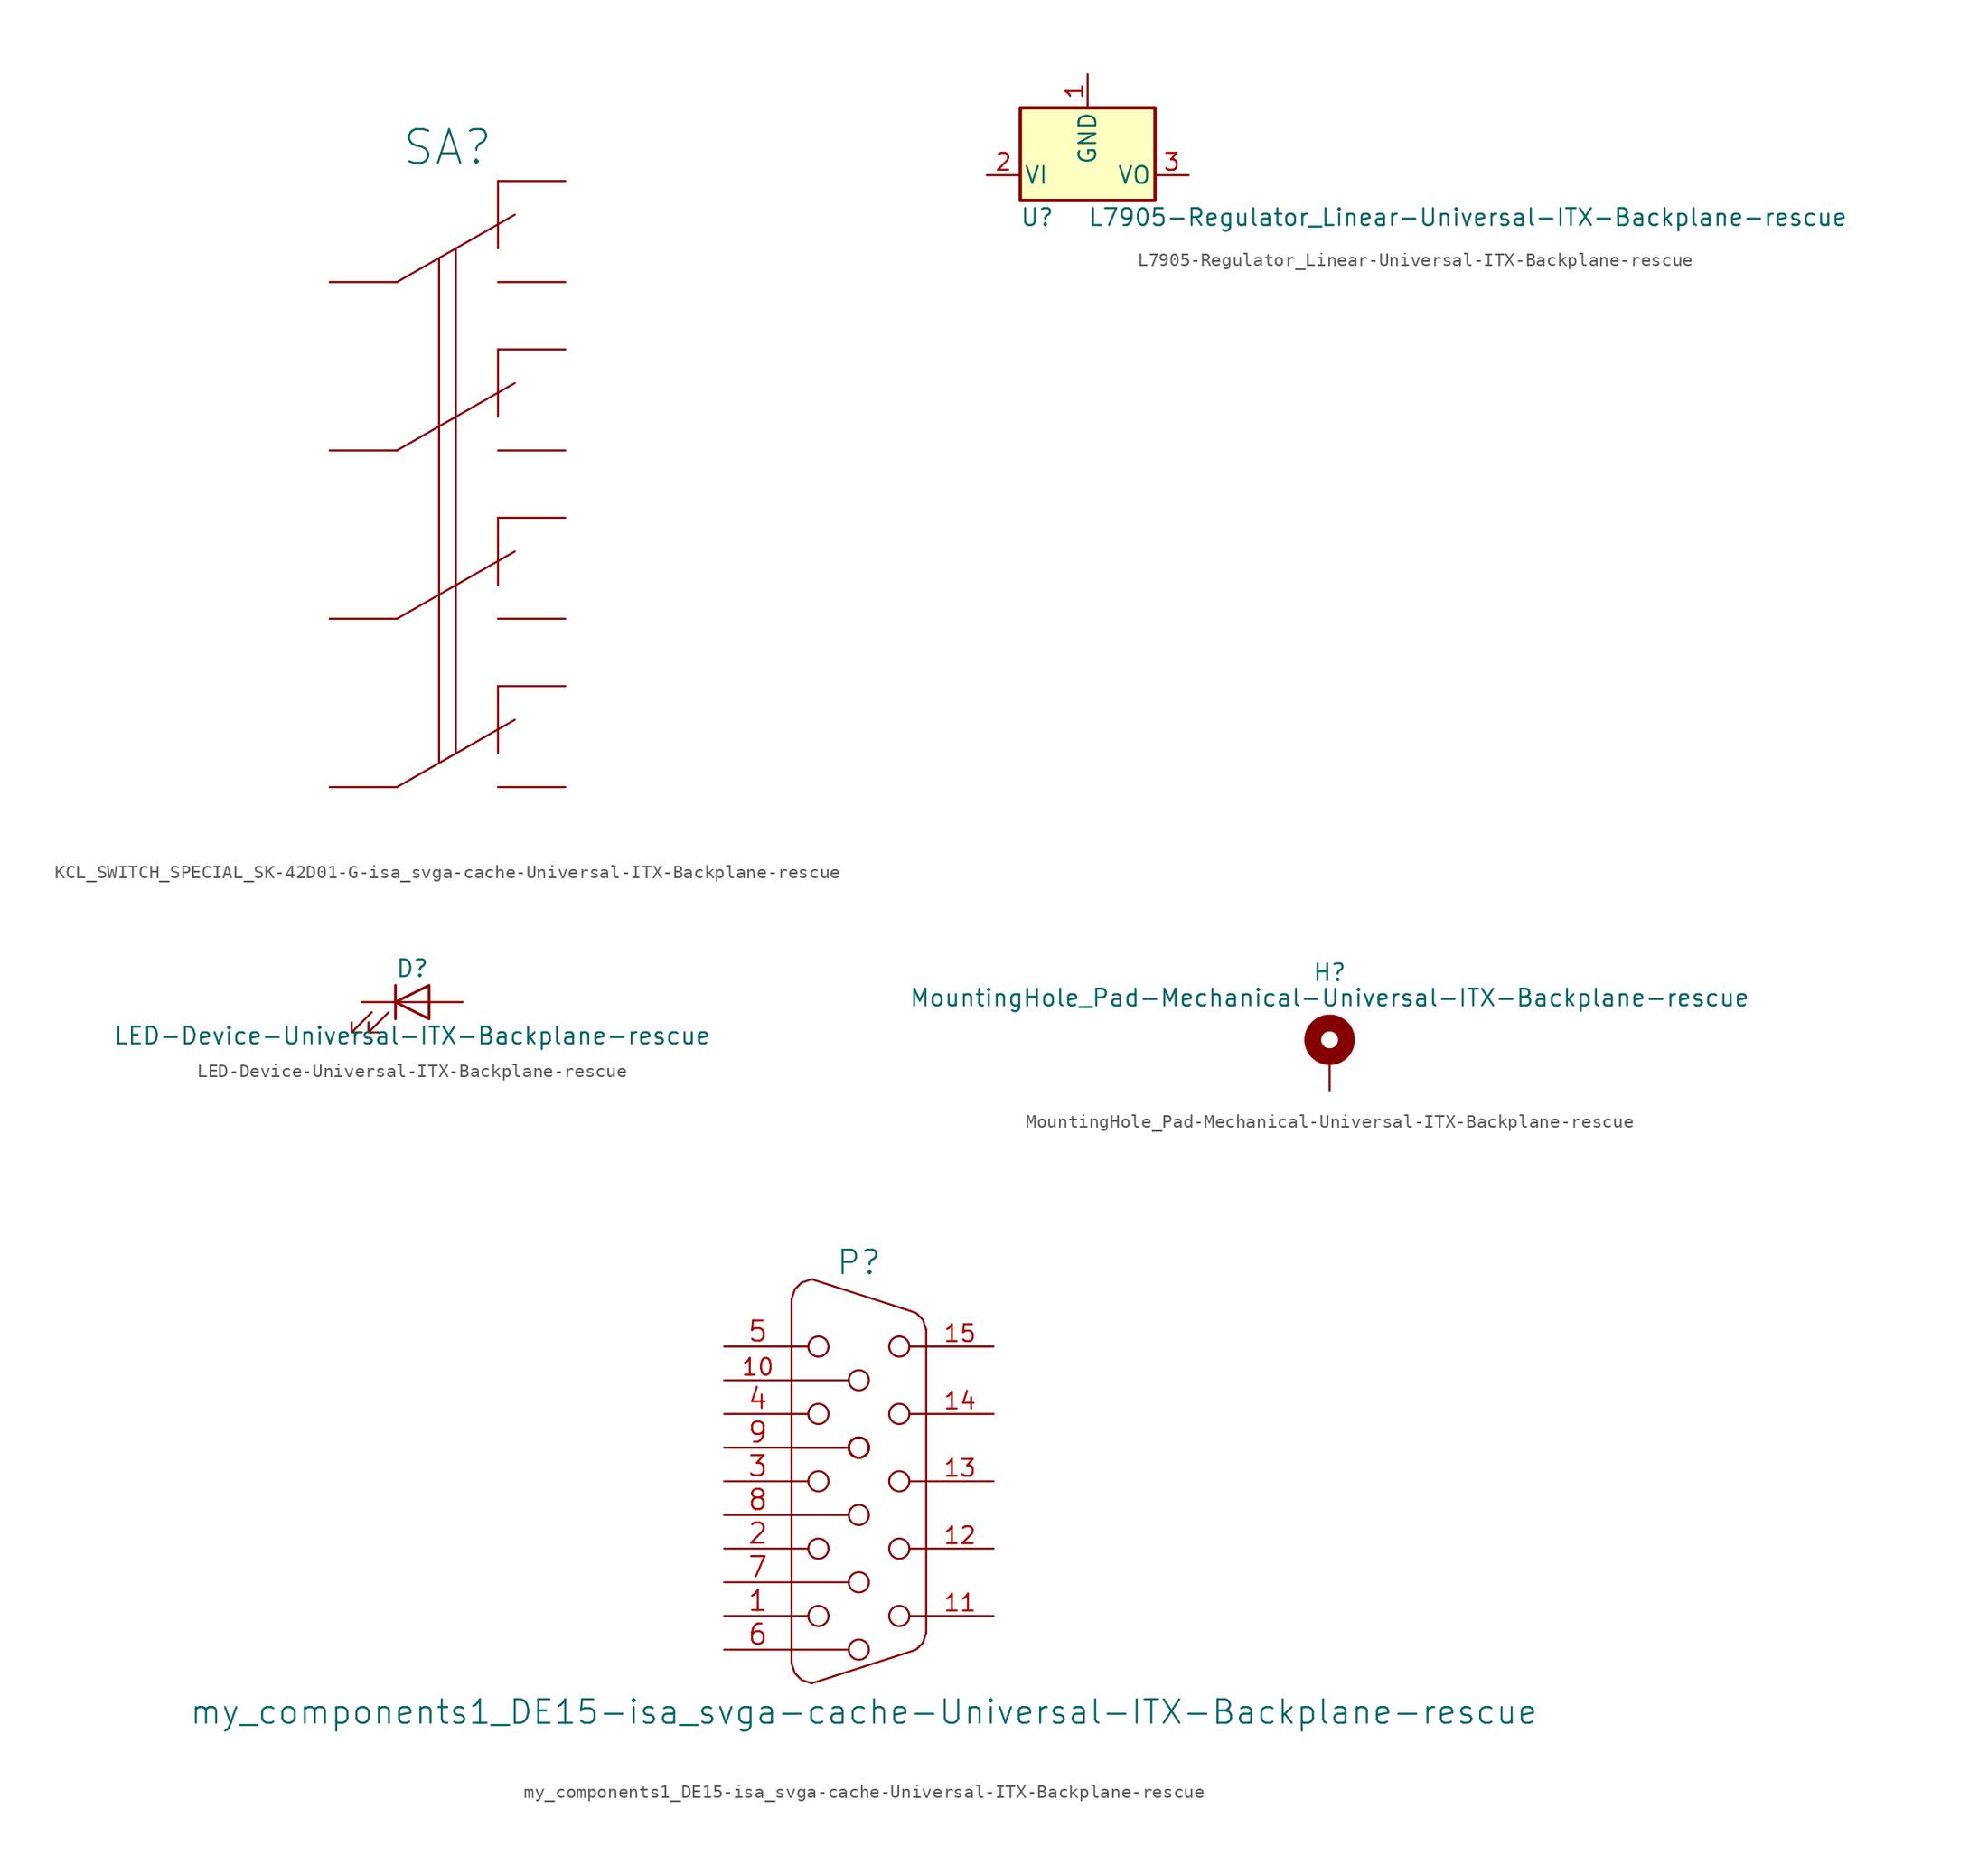
<source format=kicad_sym>
(kicad_symbol_lib
  (version 20211014)
  (generator kicad_symbol_editor)
  (symbol "KCL_SWITCH_SPECIAL_SK-42D01-G-isa_svga-cache-Universal-ITX-Backplane-rescue"
    (pin_numbers hide)
    (pin_names
      (offset 0) hide)
    (property "Reference" "SA"
      (at 0 10.16 0)
      (effects (font (size 2.54 2.54))))
    (symbol "KCL_SWITCH_SPECIAL_SK-42D01-G-isa_svga-cache-Universal-ITX-Backplane-rescue_1_1"
      (polyline (pts (xy -3.81 -38.1) (xy 5.08 -33.02)) (stroke (width 0) (type default) (color 0 0 0 0)) (fill (type none)))
      (polyline (pts (xy -3.81 -25.4) (xy 5.08 -20.32)) (stroke (width 0) (type default) (color 0 0 0 0)) (fill (type none)))
      (polyline (pts (xy -3.81 -12.7) (xy 5.08 -7.62)) (stroke (width 0) (type default) (color 0 0 0 0)) (fill (type none)))
      (polyline (pts (xy -3.81 0) (xy 5.08 5.08)) (stroke (width 0) (type default) (color 0 0 0 0)) (fill (type none)))
      (polyline (pts (xy -0.635 1.778) (xy -0.635 -36.195)) (stroke (width 0) (type default) (color 0 0 0 0)) (fill (type none)))
      (polyline (pts (xy 0.635 2.54) (xy 0.635 -35.56)) (stroke (width 0) (type default) (color 0 0 0 0)) (fill (type none)))
      (polyline (pts (xy 3.81 -30.48) (xy 3.81 -35.56)) (stroke (width 0) (type default) (color 0 0 0 0)) (fill (type none)))
      (polyline (pts (xy 3.81 -17.78) (xy 3.81 -22.86)) (stroke (width 0) (type default) (color 0 0 0 0)) (fill (type none)))
      (polyline (pts (xy 3.81 -5.08) (xy 3.81 -10.16)) (stroke (width 0) (type default) (color 0 0 0 0)) (fill (type none)))
      (polyline (pts (xy 3.81 7.62) (xy 3.81 2.54)) (stroke (width 0) (type default) (color 0 0 0 0)) (fill (type none)))
      (pin passive line (at 8.89 7.62 180) (length 5.08) (name "1" (effects (font (size 2.54 2.54)))) (number "1" (effects (font (size 1.778 1.778)))))
      (pin passive line (at 8.89 -30.48 180) (length 5.08) (name "10" (effects (font (size 2.54 2.54)))) (number "10" (effects (font (size 1.778 1.778)))))
      (pin passive line (at -8.89 -38.1 0) (length 5.08) (name "11" (effects (font (size 2.54 2.54)))) (number "11" (effects (font (size 1.778 1.778)))))
      (pin passive line (at 8.89 -38.1 180) (length 5.08) (name "12" (effects (font (size 2.54 2.54)))) (number "12" (effects (font (size 1.778 1.778)))))
      (pin passive line (at -8.89 0 0) (length 5.08) (name "2" (effects (font (size 2.54 2.54)))) (number "2" (effects (font (size 1.778 1.778)))))
      (pin passive line (at 8.89 0 180) (length 5.08) (name "3" (effects (font (size 2.54 2.54)))) (number "3" (effects (font (size 1.778 1.778)))))
      (pin passive line (at 8.89 -5.08 180) (length 5.08) (name "4" (effects (font (size 2.54 2.54)))) (number "4" (effects (font (size 1.778 1.778)))))
      (pin passive line (at -8.89 -12.7 0) (length 5.08) (name "5" (effects (font (size 2.54 2.54)))) (number "5" (effects (font (size 1.778 1.778)))))
      (pin passive line (at 8.89 -12.7 180) (length 5.08) (name "6" (effects (font (size 2.54 2.54)))) (number "6" (effects (font (size 1.778 1.778)))))
      (pin passive line (at 8.89 -17.78 180) (length 5.08) (name "7" (effects (font (size 2.54 2.54)))) (number "7" (effects (font (size 1.778 1.778)))))
      (pin passive line (at -8.89 -25.4 0) (length 5.08) (name "8" (effects (font (size 2.54 2.54)))) (number "8" (effects (font (size 1.778 1.778)))))
      (pin passive line (at 8.89 -25.4 180) (length 5.08) (name "9" (effects (font (size 2.54 2.54)))) (number "9" (effects (font (size 1.778 1.778)))))))
  (symbol "L7905-Regulator_Linear-Universal-ITX-Backplane-rescue"
    (pin_names
      (offset 0.254))
    (property "Reference" "U"
      (at -3.81 -3.175 0)
      (effects (font (size 1.27 1.27))))
    (property "Value" "L7905-Regulator_Linear-Universal-ITX-Backplane-rescue"
      (at 0 -3.175 0)
      (effects (font (size 1.27 1.27)) (justify left)))
    (symbol "L7905-Regulator_Linear-Universal-ITX-Backplane-rescue_0_1"
      (rectangle (start -5.08 5.08) (end 5.08 -1.905) (stroke (width 0.254) (type default) (color 0 0 0 0)) (fill (type background))))
    (symbol "L7905-Regulator_Linear-Universal-ITX-Backplane-rescue_1_1"
      (pin power_in line (at 0 7.62 270) (length 2.54) (name "GND" (effects (font (size 1.27 1.27)))) (number "1" (effects (font (size 1.27 1.27)))))
      (pin power_in line (at -7.62 0 0) (length 2.54) (name "VI" (effects (font (size 1.27 1.27)))) (number "2" (effects (font (size 1.27 1.27)))))
      (pin power_out line (at 7.62 0 180) (length 2.54) (name "VO" (effects (font (size 1.27 1.27)))) (number "3" (effects (font (size 1.27 1.27)))))))
  (symbol "LED-Device-Universal-ITX-Backplane-rescue"
    (pin_numbers hide)
    (pin_names
      (offset 1.016) hide)
    (property "Reference" "D"
      (at 0 2.54 0)
      (effects (font (size 1.27 1.27))))
    (property "Value" "LED-Device-Universal-ITX-Backplane-rescue"
      (at 0 -2.54 0)
      (effects (font (size 1.27 1.27))))
    (symbol "LED-Device-Universal-ITX-Backplane-rescue_0_1"
      (polyline (pts (xy -1.27 -1.27) (xy -1.27 1.27)) (stroke (width 0.203) (type default) (color 0 0 0 0)) (fill (type none)))
      (polyline (pts (xy -1.27 0) (xy 1.27 0)) (stroke (width 0) (type default) (color 0 0 0 0)) (fill (type none)))
      (polyline (pts (xy 1.27 -1.27) (xy 1.27 1.27) (xy -1.27 0) (xy 1.27 -1.27)) (stroke (width 0.203) (type default) (color 0 0 0 0)) (fill (type none)))
      (polyline (pts (xy -3.048 -0.762) (xy -4.572 -2.286) (xy -3.81 -2.286) (xy -4.572 -2.286) (xy -4.572 -1.524)) (stroke (width 0) (type default) (color 0 0 0 0)) (fill (type none)))
      (polyline (pts (xy -1.778 -0.762) (xy -3.302 -2.286) (xy -2.54 -2.286) (xy -3.302 -2.286) (xy -3.302 -1.524)) (stroke (width 0) (type default) (color 0 0 0 0)) (fill (type none))))
    (symbol "LED-Device-Universal-ITX-Backplane-rescue_1_1"
      (pin passive line (at -3.81 0 0) (length 2.54) (name "K" (effects (font (size 1.27 1.27)))) (number "1" (effects (font (size 1.27 1.27)))))
      (pin passive line (at 3.81 0 180) (length 2.54) (name "A" (effects (font (size 1.27 1.27)))) (number "2" (effects (font (size 1.27 1.27)))))))
  (symbol "MountingHole_Pad-Mechanical-Universal-ITX-Backplane-rescue"
    (pin_numbers hide)
    (pin_names
      (offset 1.016) hide)
    (property "Reference" "H"
      (at 0 6.35 0)
      (effects (font (size 1.27 1.27))))
    (property "Value" "MountingHole_Pad-Mechanical-Universal-ITX-Backplane-rescue"
      (at 0 4.445 0)
      (effects (font (size 1.27 1.27))))
    (symbol "MountingHole_Pad-Mechanical-Universal-ITX-Backplane-rescue_0_1"
      (circle (center 0 1.27) (radius 1.27) (stroke (width 1.27) (type default) (color 0 0 0 0)) (fill (type none))))
    (symbol "MountingHole_Pad-Mechanical-Universal-ITX-Backplane-rescue_1_1"
      (pin input line (at 0 -2.54 90) (length 2.54) (name "1" (effects (font (size 1.27 1.27)))) (number "1" (effects (font (size 1.27 1.27)))))))
  (symbol "my_components1_DE15-isa_svga-cache-Universal-ITX-Backplane-rescue"
    (pin_names
      (offset 1.016) hide)
    (property "Reference" "P"
      (at 0 16.51 0)
      (effects (font (size 1.778 1.778))))
    (property "Value" "my_components1_DE15-isa_svga-cache-Universal-ITX-Backplane-rescue"
      (at 0.381 -17.399 0)
      (effects (font (size 1.778 1.778))))
    (property "Footprint" ""
      (at 0 0 0)
      (effects (font (size 1.524 1.524))))
    (property "Datasheet" ""
      (at 0 0 0)
      (effects (font (size 1.524 1.524))))
    (symbol "my_components1_DE15-isa_svga-cache-Universal-ITX-Backplane-rescue_0_1"
      (rectangle (start -5.08 7.62) (end -0.762 7.62) (stroke (width 0) (type default) (color 0 0 0 0)) (fill (type none)))
      (circle (center -3.048 -10.16) (radius 0.762) (stroke (width 0) (type default) (color 0 0 0 0)) (fill (type none)))
      (circle (center -3.048 -5.08) (radius 0.762) (stroke (width 0) (type default) (color 0 0 0 0)) (fill (type none)))
      (circle (center -3.048 0) (radius 0.762) (stroke (width 0) (type default) (color 0 0 0 0)) (fill (type none)))
      (circle (center -3.048 5.08) (radius 0.762) (stroke (width 0) (type default) (color 0 0 0 0)) (fill (type none)))
      (circle (center -3.048 10.16) (radius 0.762) (stroke (width 0) (type default) (color 0 0 0 0)) (fill (type none)))
      (circle (center 0 -12.7) (radius 0.762) (stroke (width 0) (type default) (color 0 0 0 0)) (fill (type none)))
      (circle (center 0 -7.62) (radius 0.762) (stroke (width 0) (type default) (color 0 0 0 0)) (fill (type none)))
      (circle (center 0 -2.54) (radius 0.762) (stroke (width 0) (type default) (color 0 0 0 0)) (fill (type none)))
      (polyline (pts (xy -5.08 -13.716) (xy -5.08 13.716)) (stroke (width 0) (type default) (color 0 0 0 0)) (fill (type none)))
      (polyline (pts (xy -5.08 -12.7) (xy -0.762 -12.7)) (stroke (width 0) (type default) (color 0 0 0 0)) (fill (type none)))
      (polyline (pts (xy -5.08 -10.16) (xy -3.81 -10.16)) (stroke (width 0) (type default) (color 0 0 0 0)) (fill (type none)))
      (polyline (pts (xy -5.08 -7.62) (xy -0.762 -7.62)) (stroke (width 0) (type default) (color 0 0 0 0)) (fill (type none)))
      (polyline (pts (xy -5.08 -5.08) (xy -3.81 -5.08)) (stroke (width 0) (type default) (color 0 0 0 0)) (fill (type none)))
      (polyline (pts (xy -5.08 -2.54) (xy -0.762 -2.54)) (stroke (width 0) (type default) (color 0 0 0 0)) (fill (type none)))
      (polyline (pts (xy -5.08 0) (xy -3.81 0)) (stroke (width 0) (type default) (color 0 0 0 0)) (fill (type none)))
      (polyline (pts (xy -5.08 2.54) (xy -0.762 2.54)) (stroke (width 0) (type default) (color 0 0 0 0)) (fill (type none)))
      (polyline (pts (xy -5.08 2.54) (xy -0.762 2.54)) (stroke (width 0) (type default) (color 0 0 0 0)) (fill (type none)))
      (polyline (pts (xy -5.08 5.08) (xy -3.81 5.08)) (stroke (width 0) (type default) (color 0 0 0 0)) (fill (type none)))
      (polyline (pts (xy -5.08 10.16) (xy -3.81 10.16)) (stroke (width 0) (type default) (color 0 0 0 0)) (fill (type none)))
      (polyline (pts (xy -3.556 -15.24) (xy 3.556 -12.954)) (stroke (width 0) (type default) (color 0 0 0 0)) (fill (type none)))
      (polyline (pts (xy -3.556 15.24) (xy 3.556 12.954)) (stroke (width 0) (type default) (color 0 0 0 0)) (fill (type none)))
      (polyline (pts (xy 3.81 -10.16) (xy 5.08 -10.16)) (stroke (width 0) (type default) (color 0 0 0 0)) (fill (type none)))
      (polyline (pts (xy 3.81 -5.08) (xy 5.08 -5.08)) (stroke (width 0) (type default) (color 0 0 0 0)) (fill (type none)))
      (polyline (pts (xy 3.81 0) (xy 5.08 0)) (stroke (width 0) (type default) (color 0 0 0 0)) (fill (type none)))
      (polyline (pts (xy 3.81 10.16) (xy 5.08 10.16)) (stroke (width 0) (type default) (color 0 0 0 0)) (fill (type none)))
      (polyline (pts (xy 5.08 5.08) (xy 3.81 5.08)) (stroke (width 0) (type default) (color 0 0 0 0)) (fill (type none)))
      (polyline (pts (xy 5.08 11.43) (xy 5.08 -11.43)) (stroke (width 0) (type default) (color 0 0 0 0)) (fill (type none)))
      (polyline (pts (xy -5.08 -13.716) (xy -4.826 -14.478) (xy -4.318 -14.986) (xy -3.556 -15.24)) (stroke (width 0) (type default) (color 0 0 0 0)) (fill (type none)))
      (polyline (pts (xy -5.08 13.716) (xy -4.826 14.478) (xy -4.318 14.986) (xy -3.556 15.24)) (stroke (width 0) (type default) (color 0 0 0 0)) (fill (type none)))
      (polyline (pts (xy 3.556 -12.954) (xy 4.318 -12.7) (xy 4.826 -12.192) (xy 5.08 -11.43)) (stroke (width 0) (type default) (color 0 0 0 0)) (fill (type none)))
      (polyline (pts (xy 3.556 12.954) (xy 4.318 12.7) (xy 4.826 12.192) (xy 5.08 11.43)) (stroke (width 0) (type default) (color 0 0 0 0)) (fill (type none)))
      (circle (center 0 2.54) (radius 0.762) (stroke (width 0) (type default) (color 0 0 0 0)) (fill (type none)))
      (circle (center 0 2.54) (radius 0.762) (stroke (width 0) (type default) (color 0 0 0 0)) (fill (type none)))
      (circle (center 0 2.54) (radius 0.762) (stroke (width 0) (type default) (color 0 0 0 0)) (fill (type none)))
      (circle (center 0 2.54) (radius 0.762) (stroke (width 0) (type default) (color 0 0 0 0)) (fill (type none)))
      (circle (center 0 7.62) (radius 0.762) (stroke (width 0) (type default) (color 0 0 0 0)) (fill (type none)))
      (circle (center 3.048 -10.16) (radius 0.762) (stroke (width 0) (type default) (color 0 0 0 0)) (fill (type none)))
      (circle (center 3.048 -5.08) (radius 0.762) (stroke (width 0) (type default) (color 0 0 0 0)) (fill (type none)))
      (circle (center 3.048 0) (radius 0.762) (stroke (width 0) (type default) (color 0 0 0 0)) (fill (type none)))
      (circle (center 3.048 5.08) (radius 0.762) (stroke (width 0) (type default) (color 0 0 0 0)) (fill (type none)))
      (circle (center 3.048 10.16) (radius 0.762) (stroke (width 0) (type default) (color 0 0 0 0)) (fill (type none))))
    (symbol "my_components1_DE15-isa_svga-cache-Universal-ITX-Backplane-rescue_1_1"
      (pin passive line (at -10.16 -10.16 0) (length 5.08) (name "1" (effects (font (size 1.524 1.524)))) (number "1" (effects (font (size 1.524 1.524)))))
      (pin passive line (at -10.16 7.62 0) (length 5.08) (name "~" (effects (font (size 1.27 1.27)))) (number "10" (effects (font (size 1.27 1.27)))))
      (pin passive line (at 10.16 -10.16 180) (length 5.08) (name "11" (effects (font (size 1.27 1.27)))) (number "11" (effects (font (size 1.27 1.27)))))
      (pin passive line (at 10.16 -5.08 180) (length 5.08) (name "12" (effects (font (size 1.27 1.27)))) (number "12" (effects (font (size 1.27 1.27)))))
      (pin passive line (at 10.16 0 180) (length 5.08) (name "13" (effects (font (size 1.27 1.27)))) (number "13" (effects (font (size 1.27 1.27)))))
      (pin passive line (at 10.16 5.08 180) (length 5.08) (name "14" (effects (font (size 1.27 1.27)))) (number "14" (effects (font (size 1.27 1.27)))))
      (pin passive line (at 10.16 10.16 180) (length 5.08) (name "15" (effects (font (size 1.27 1.27)))) (number "15" (effects (font (size 1.27 1.27)))))
      (pin passive line (at -10.16 -5.08 0) (length 5.08) (name "2" (effects (font (size 1.524 1.524)))) (number "2" (effects (font (size 1.524 1.524)))))
      (pin passive line (at -10.16 0 0) (length 5.08) (name "3" (effects (font (size 1.524 1.524)))) (number "3" (effects (font (size 1.524 1.524)))))
      (pin passive line (at -10.16 5.08 0) (length 5.08) (name "4" (effects (font (size 1.524 1.524)))) (number "4" (effects (font (size 1.524 1.524)))))
      (pin passive line (at -10.16 10.16 0) (length 5.08) (name "5" (effects (font (size 1.524 1.524)))) (number "5" (effects (font (size 1.524 1.524)))))
      (pin passive line (at -10.16 -12.7 0) (length 5.08) (name "P6" (effects (font (size 1.524 1.524)))) (number "6" (effects (font (size 1.524 1.524)))))
      (pin passive line (at -10.16 -7.62 0) (length 5.08) (name "P7" (effects (font (size 1.524 1.524)))) (number "7" (effects (font (size 1.524 1.524)))))
      (pin passive line (at -10.16 -2.54 0) (length 5.08) (name "P8" (effects (font (size 1.524 1.524)))) (number "8" (effects (font (size 1.524 1.524)))))
      (pin passive line (at -10.16 2.54 0) (length 5.08) (name "P9" (effects (font (size 1.524 1.524)))) (number "9" (effects (font (size 1.524 1.524))))))))
</source>
